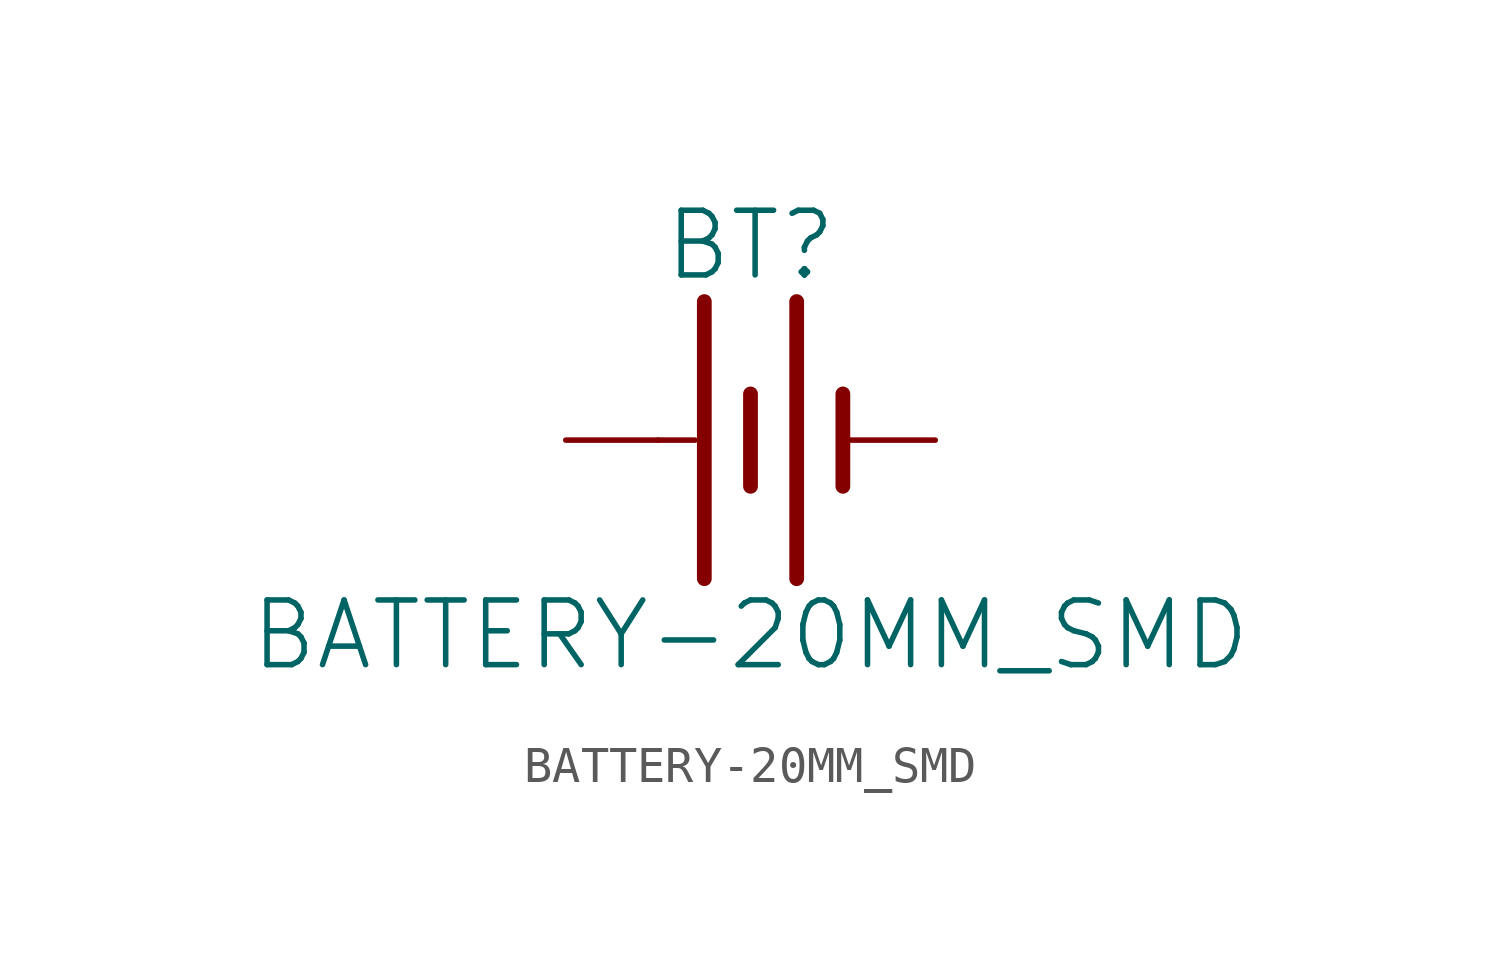
<source format=kicad_sym>
(kicad_symbol_lib
  (version 20211014)
  (generator kicad_symbol_editor)
  (symbol "BATTERY-20MM_SMD"
    (property "Reference" "BT"
      (at 0 4.318 0)
      (effects (font (size 1.778 1.778)) (justify bottom)))
    (property "Value" "BATTERY-20MM_SMD"
      (at 0 -4.318 0)
      (effects (font (size 1.778 1.778)) (justify top)))
    (property "ki_locked" ""
      (at 0 0 0)
      (effects (font (size 1.27 1.27))))
    (symbol "BATTERY-20MM_SMD_1_0"
      (polyline (pts (xy -2.54 0) (xy -1.524 0)) (stroke (width 0.152) (type default) (color 0 0 0 0)) (fill (type none)))
      (polyline (pts (xy -1.27 3.81) (xy -1.27 -3.81)) (stroke (width 0.406) (type default) (color 0 0 0 0)) (fill (type none)))
      (polyline (pts (xy 0 1.27) (xy 0 -1.27)) (stroke (width 0.406) (type default) (color 0 0 0 0)) (fill (type none)))
      (polyline (pts (xy 1.27 3.81) (xy 1.27 -3.81)) (stroke (width 0.406) (type default) (color 0 0 0 0)) (fill (type none)))
      (polyline (pts (xy 2.54 1.27) (xy 2.54 -1.27)) (stroke (width 0.406) (type default) (color 0 0 0 0)) (fill (type none)))
      (pin power_in line (at -5.08 0 0) (length 2.54) (name "+" (effects (font (size 0 0)))) (number "1" (effects (font (size 0 0)))))
      (pin power_in line (at 5.08 0 180) (length 2.54) (name "-" (effects (font (size 0 0)))) (number "2" (effects (font (size 0 0))))))))
</source>
